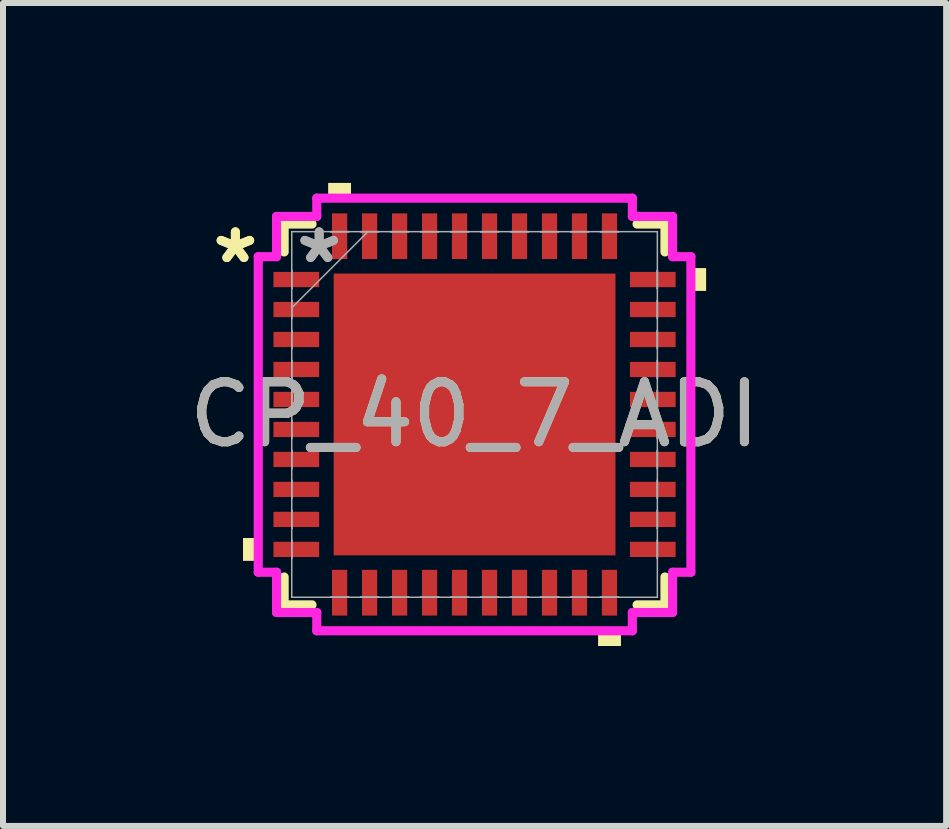
<source format=kicad_pcb>
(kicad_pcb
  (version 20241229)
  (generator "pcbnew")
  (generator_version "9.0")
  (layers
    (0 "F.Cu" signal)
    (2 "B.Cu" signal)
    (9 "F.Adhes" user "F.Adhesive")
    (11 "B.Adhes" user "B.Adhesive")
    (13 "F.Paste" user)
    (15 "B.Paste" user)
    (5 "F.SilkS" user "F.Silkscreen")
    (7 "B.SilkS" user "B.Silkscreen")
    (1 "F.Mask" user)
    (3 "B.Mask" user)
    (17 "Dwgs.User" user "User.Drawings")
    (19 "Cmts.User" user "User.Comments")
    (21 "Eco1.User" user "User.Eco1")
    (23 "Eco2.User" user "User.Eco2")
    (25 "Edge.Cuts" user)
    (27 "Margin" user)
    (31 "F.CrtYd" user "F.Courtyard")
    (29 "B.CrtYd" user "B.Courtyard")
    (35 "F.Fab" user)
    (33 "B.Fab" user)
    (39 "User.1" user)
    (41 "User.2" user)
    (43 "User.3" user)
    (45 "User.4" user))
  (footprint "CP_40_7_ADI"
    (layer "F.Cu")
    (at 4.863 3.861)
    (property "Reference" "CP_40_7_ADI" (at 0 0 0) (unlocked yes) (layer "F.SilkS") (effects (font (size 1 1) (thickness 0.15))))
    (attr smd)
    (fp_line (start -3.175 -3.175) (end -3.175 -2.71) (stroke (width 0.152) (type solid)) (layer "F.SilkS"))
    (fp_line (start -3.175 2.71) (end -3.175 3.175) (stroke (width 0.152) (type solid)) (layer "F.SilkS"))
    (fp_line (start -3.175 3.175) (end -2.71 3.175) (stroke (width 0.152) (type solid)) (layer "F.SilkS"))
    (fp_line (start -2.71 -3.175) (end -3.175 -3.175) (stroke (width 0.152) (type solid)) (layer "F.SilkS"))
    (fp_line (start 2.71 3.175) (end 3.175 3.175) (stroke (width 0.152) (type solid)) (layer "F.SilkS"))
    (fp_line (start 3.175 -3.175) (end 2.71 -3.175) (stroke (width 0.152) (type solid)) (layer "F.SilkS"))
    (fp_line (start 3.175 -2.71) (end 3.175 -3.175) (stroke (width 0.152) (type solid)) (layer "F.SilkS"))
    (fp_line (start 3.175 3.175) (end 3.175 2.71) (stroke (width 0.152) (type solid)) (layer "F.SilkS"))
    (fp_poly (pts (xy -3.861 2.06) (xy -3.861 2.441) (xy -3.607 2.441) (xy -3.607 2.06)) (stroke (width 0) (type solid)) (fill yes) (layer "F.SilkS"))
    (fp_poly (pts (xy -2.441 -3.607) (xy -2.441 -3.861) (xy -2.06 -3.861) (xy -2.06 -3.607)) (stroke (width 0) (type solid)) (fill yes) (layer "F.SilkS"))
    (fp_poly (pts (xy 2.06 3.607) (xy 2.06 3.861) (xy 2.441 3.861) (xy 2.441 3.607)) (stroke (width 0) (type solid)) (fill yes) (layer "F.SilkS"))
    (fp_poly (pts (xy 3.861 -2.441) (xy 3.861 -2.06) (xy 3.607 -2.06) (xy 3.607 -2.441)) (stroke (width 0) (type solid)) (fill yes) (layer "F.SilkS"))
    (fp_poly (pts (xy -2.249 -2.249) (xy -2.249 -0.883) (xy -0.883 -0.883) (xy -0.883 -2.249)) (stroke (width 0) (type solid)) (fill yes) (layer "F.Paste"))
    (fp_poly (pts (xy -2.249 -0.683) (xy -2.249 0.683) (xy -0.883 0.683) (xy -0.883 -0.683)) (stroke (width 0) (type solid)) (fill yes) (layer "F.Paste"))
    (fp_poly (pts (xy -2.249 0.883) (xy -2.249 2.249) (xy -0.883 2.249) (xy -0.883 0.883)) (stroke (width 0) (type solid)) (fill yes) (layer "F.Paste"))
    (fp_poly (pts (xy -0.683 -2.249) (xy -0.683 -0.883) (xy 0.683 -0.883) (xy 0.683 -2.249)) (stroke (width 0) (type solid)) (fill yes) (layer "F.Paste"))
    (fp_poly (pts (xy -0.683 -0.683) (xy -0.683 0.683) (xy 0.683 0.683) (xy 0.683 -0.683)) (stroke (width 0) (type solid)) (fill yes) (layer "F.Paste"))
    (fp_poly (pts (xy -0.683 0.883) (xy -0.683 2.249) (xy 0.683 2.249) (xy 0.683 0.883)) (stroke (width 0) (type solid)) (fill yes) (layer "F.Paste"))
    (fp_poly (pts (xy 0.883 -2.249) (xy 0.883 -0.883) (xy 2.249 -0.883) (xy 2.249 -2.249)) (stroke (width 0) (type solid)) (fill yes) (layer "F.Paste"))
    (fp_poly (pts (xy 0.883 -0.683) (xy 0.883 0.683) (xy 2.249 0.683) (xy 2.249 -0.683)) (stroke (width 0) (type solid)) (fill yes) (layer "F.Paste"))
    (fp_poly (pts (xy 0.883 0.883) (xy 0.883 2.249) (xy 2.249 2.249) (xy 2.249 0.883)) (stroke (width 0) (type solid)) (fill yes) (layer "F.Paste"))
    (fp_line (start -3.607 -2.631) (end -3.302 -2.631) (stroke (width 0.152) (type solid)) (layer "F.CrtYd"))
    (fp_line (start -3.607 2.631) (end -3.607 -2.631) (stroke (width 0.152) (type solid)) (layer "F.CrtYd"))
    (fp_line (start -3.302 -3.302) (end -2.631 -3.302) (stroke (width 0.152) (type solid)) (layer "F.CrtYd"))
    (fp_line (start -3.302 -2.631) (end -3.302 -3.302) (stroke (width 0.152) (type solid)) (layer "F.CrtYd"))
    (fp_line (start -3.302 2.631) (end -3.607 2.631) (stroke (width 0.152) (type solid)) (layer "F.CrtYd"))
    (fp_line (start -3.302 3.302) (end -3.302 2.631) (stroke (width 0.152) (type solid)) (layer "F.CrtYd"))
    (fp_line (start -2.631 -3.607) (end 2.631 -3.607) (stroke (width 0.152) (type solid)) (layer "F.CrtYd"))
    (fp_line (start -2.631 -3.302) (end -2.631 -3.607) (stroke (width 0.152) (type solid)) (layer "F.CrtYd"))
    (fp_line (start -2.631 3.302) (end -3.302 3.302) (stroke (width 0.152) (type solid)) (layer "F.CrtYd"))
    (fp_line (start -2.631 3.607) (end -2.631 3.302) (stroke (width 0.152) (type solid)) (layer "F.CrtYd"))
    (fp_line (start 2.631 -3.607) (end 2.631 -3.302) (stroke (width 0.152) (type solid)) (layer "F.CrtYd"))
    (fp_line (start 2.631 -3.302) (end 3.302 -3.302) (stroke (width 0.152) (type solid)) (layer "F.CrtYd"))
    (fp_line (start 2.631 3.302) (end 2.631 3.607) (stroke (width 0.152) (type solid)) (layer "F.CrtYd"))
    (fp_line (start 2.631 3.607) (end -2.631 3.607) (stroke (width 0.152) (type solid)) (layer "F.CrtYd"))
    (fp_line (start 3.302 -3.302) (end 3.302 -2.631) (stroke (width 0.152) (type solid)) (layer "F.CrtYd"))
    (fp_line (start 3.302 -2.631) (end 3.607 -2.631) (stroke (width 0.152) (type solid)) (layer "F.CrtYd"))
    (fp_line (start 3.302 2.631) (end 3.302 3.302) (stroke (width 0.152) (type solid)) (layer "F.CrtYd"))
    (fp_line (start 3.302 3.302) (end 2.631 3.302) (stroke (width 0.152) (type solid)) (layer "F.CrtYd"))
    (fp_line (start 3.607 -2.631) (end 3.607 2.631) (stroke (width 0.152) (type solid)) (layer "F.CrtYd"))
    (fp_line (start 3.607 2.631) (end 3.302 2.631) (stroke (width 0.152) (type solid)) (layer "F.CrtYd"))
    (fp_line (start -3.048 -3.048) (end -3.048 -3.048) (stroke (width 0.025) (type solid)) (layer "F.Fab"))
    (fp_line (start -3.048 -3.048) (end -3.048 3.048) (stroke (width 0.025) (type solid)) (layer "F.Fab"))
    (fp_line (start -3.048 -2.402) (end -3.048 -2.402) (stroke (width 0.025) (type solid)) (layer "F.Fab"))
    (fp_line (start -3.048 -2.402) (end -3.048 -2.098) (stroke (width 0.025) (type solid)) (layer "F.Fab"))
    (fp_line (start -3.048 -2.098) (end -3.048 -2.402) (stroke (width 0.025) (type solid)) (layer "F.Fab"))
    (fp_line (start -3.048 -2.098) (end -3.048 -2.098) (stroke (width 0.025) (type solid)) (layer "F.Fab"))
    (fp_line (start -3.048 -1.902) (end -3.048 -1.902) (stroke (width 0.025) (type solid)) (layer "F.Fab"))
    (fp_line (start -3.048 -1.902) (end -3.048 -1.598) (stroke (width 0.025) (type solid)) (layer "F.Fab"))
    (fp_line (start -3.048 -1.778) (end -1.778 -3.048) (stroke (width 0.025) (type solid)) (layer "F.Fab"))
    (fp_line (start -3.048 -1.598) (end -3.048 -1.902) (stroke (width 0.025) (type solid)) (layer "F.Fab"))
    (fp_line (start -3.048 -1.598) (end -3.048 -1.598) (stroke (width 0.025) (type solid)) (layer "F.Fab"))
    (fp_line (start -3.048 -1.402) (end -3.048 -1.402) (stroke (width 0.025) (type solid)) (layer "F.Fab"))
    (fp_line (start -3.048 -1.402) (end -3.048 -1.098) (stroke (width 0.025) (type solid)) (layer "F.Fab"))
    (fp_line (start -3.048 -1.098) (end -3.048 -1.402) (stroke (width 0.025) (type solid)) (layer "F.Fab"))
    (fp_line (start -3.048 -1.098) (end -3.048 -1.098) (stroke (width 0.025) (type solid)) (layer "F.Fab"))
    (fp_line (start -3.048 -0.902) (end -3.048 -0.902) (stroke (width 0.025) (type solid)) (layer "F.Fab"))
    (fp_line (start -3.048 -0.902) (end -3.048 -0.598) (stroke (width 0.025) (type solid)) (layer "F.Fab"))
    (fp_line (start -3.048 -0.598) (end -3.048 -0.902) (stroke (width 0.025) (type solid)) (layer "F.Fab"))
    (fp_line (start -3.048 -0.598) (end -3.048 -0.598) (stroke (width 0.025) (type solid)) (layer "F.Fab"))
    (fp_line (start -3.048 -0.402) (end -3.048 -0.402) (stroke (width 0.025) (type solid)) (layer "F.Fab"))
    (fp_line (start -3.048 -0.402) (end -3.048 -0.098) (stroke (width 0.025) (type solid)) (layer "F.Fab"))
    (fp_line (start -3.048 -0.098) (end -3.048 -0.402) (stroke (width 0.025) (type solid)) (layer "F.Fab"))
    (fp_line (start -3.048 -0.098) (end -3.048 -0.098) (stroke (width 0.025) (type solid)) (layer "F.Fab"))
    (fp_line (start -3.048 0.098) (end -3.048 0.098) (stroke (width 0.025) (type solid)) (layer "F.Fab"))
    (fp_line (start -3.048 0.098) (end -3.048 0.402) (stroke (width 0.025) (type solid)) (layer "F.Fab"))
    (fp_line (start -3.048 0.402) (end -3.048 0.098) (stroke (width 0.025) (type solid)) (layer "F.Fab"))
    (fp_line (start -3.048 0.402) (end -3.048 0.402) (stroke (width 0.025) (type solid)) (layer "F.Fab"))
    (fp_line (start -3.048 0.598) (end -3.048 0.598) (stroke (width 0.025) (type solid)) (layer "F.Fab"))
    (fp_line (start -3.048 0.598) (end -3.048 0.902) (stroke (width 0.025) (type solid)) (layer "F.Fab"))
    (fp_line (start -3.048 0.902) (end -3.048 0.598) (stroke (width 0.025) (type solid)) (layer "F.Fab"))
    (fp_line (start -3.048 0.902) (end -3.048 0.902) (stroke (width 0.025) (type solid)) (layer "F.Fab"))
    (fp_line (start -3.048 1.098) (end -3.048 1.098) (stroke (width 0.025) (type solid)) (layer "F.Fab"))
    (fp_line (start -3.048 1.098) (end -3.048 1.402) (stroke (width 0.025) (type solid)) (layer "F.Fab"))
    (fp_line (start -3.048 1.402) (end -3.048 1.098) (stroke (width 0.025) (type solid)) (layer "F.Fab"))
    (fp_line (start -3.048 1.402) (end -3.048 1.402) (stroke (width 0.025) (type solid)) (layer "F.Fab"))
    (fp_line (start -3.048 1.598) (end -3.048 1.598) (stroke (width 0.025) (type solid)) (layer "F.Fab"))
    (fp_line (start -3.048 1.598) (end -3.048 1.902) (stroke (width 0.025) (type solid)) (layer "F.Fab"))
    (fp_line (start -3.048 1.902) (end -3.048 1.598) (stroke (width 0.025) (type solid)) (layer "F.Fab"))
    (fp_line (start -3.048 1.902) (end -3.048 1.902) (stroke (width 0.025) (type solid)) (layer "F.Fab"))
    (fp_line (start -3.048 2.098) (end -3.048 2.098) (stroke (width 0.025) (type solid)) (layer "F.Fab"))
    (fp_line (start -3.048 2.098) (end -3.048 2.402) (stroke (width 0.025) (type solid)) (layer "F.Fab"))
    (fp_line (start -3.048 2.402) (end -3.048 2.098) (stroke (width 0.025) (type solid)) (layer "F.Fab"))
    (fp_line (start -3.048 2.402) (end -3.048 2.402) (stroke (width 0.025) (type solid)) (layer "F.Fab"))
    (fp_line (start -3.048 3.048) (end -3.048 3.048) (stroke (width 0.025) (type solid)) (layer "F.Fab"))
    (fp_line (start -3.048 3.048) (end 3.048 3.048) (stroke (width 0.025) (type solid)) (layer "F.Fab"))
    (fp_line (start -2.402 -3.048) (end -2.402 -3.048) (stroke (width 0.025) (type solid)) (layer "F.Fab"))
    (fp_line (start -2.402 -3.048) (end -2.098 -3.048) (stroke (width 0.025) (type solid)) (layer "F.Fab"))
    (fp_line (start -2.402 3.048) (end -2.402 3.048) (stroke (width 0.025) (type solid)) (layer "F.Fab"))
    (fp_line (start -2.402 3.048) (end -2.098 3.048) (stroke (width 0.025) (type solid)) (layer "F.Fab"))
    (fp_line (start -2.098 -3.048) (end -2.402 -3.048) (stroke (width 0.025) (type solid)) (layer "F.Fab"))
    (fp_line (start -2.098 -3.048) (end -2.098 -3.048) (stroke (width 0.025) (type solid)) (layer "F.Fab"))
    (fp_line (start -2.098 3.048) (end -2.402 3.048) (stroke (width 0.025) (type solid)) (layer "F.Fab"))
    (fp_line (start -2.098 3.048) (end -2.098 3.048) (stroke (width 0.025) (type solid)) (layer "F.Fab"))
    (fp_line (start -1.902 -3.048) (end -1.902 -3.048) (stroke (width 0.025) (type solid)) (layer "F.Fab"))
    (fp_line (start -1.902 -3.048) (end -1.598 -3.048) (stroke (width 0.025) (type solid)) (layer "F.Fab"))
    (fp_line (start -1.902 3.048) (end -1.902 3.048) (stroke (width 0.025) (type solid)) (layer "F.Fab"))
    (fp_line (start -1.902 3.048) (end -1.598 3.048) (stroke (width 0.025) (type solid)) (layer "F.Fab"))
    (fp_line (start -1.598 -3.048) (end -1.902 -3.048) (stroke (width 0.025) (type solid)) (layer "F.Fab"))
    (fp_line (start -1.598 -3.048) (end -1.598 -3.048) (stroke (width 0.025) (type solid)) (layer "F.Fab"))
    (fp_line (start -1.598 3.048) (end -1.902 3.048) (stroke (width 0.025) (type solid)) (layer "F.Fab"))
    (fp_line (start -1.598 3.048) (end -1.598 3.048) (stroke (width 0.025) (type solid)) (layer "F.Fab"))
    (fp_line (start -1.402 -3.048) (end -1.402 -3.048) (stroke (width 0.025) (type solid)) (layer "F.Fab"))
    (fp_line (start -1.402 -3.048) (end -1.098 -3.048) (stroke (width 0.025) (type solid)) (layer "F.Fab"))
    (fp_line (start -1.402 3.048) (end -1.402 3.048) (stroke (width 0.025) (type solid)) (layer "F.Fab"))
    (fp_line (start -1.402 3.048) (end -1.098 3.048) (stroke (width 0.025) (type solid)) (layer "F.Fab"))
    (fp_line (start -1.098 -3.048) (end -1.402 -3.048) (stroke (width 0.025) (type solid)) (layer "F.Fab"))
    (fp_line (start -1.098 -3.048) (end -1.098 -3.048) (stroke (width 0.025) (type solid)) (layer "F.Fab"))
    (fp_line (start -1.098 3.048) (end -1.402 3.048) (stroke (width 0.025) (type solid)) (layer "F.Fab"))
    (fp_line (start -1.098 3.048) (end -1.098 3.048) (stroke (width 0.025) (type solid)) (layer "F.Fab"))
    (fp_line (start -0.902 -3.048) (end -0.902 -3.048) (stroke (width 0.025) (type solid)) (layer "F.Fab"))
    (fp_line (start -0.902 -3.048) (end -0.598 -3.048) (stroke (width 0.025) (type solid)) (layer "F.Fab"))
    (fp_line (start -0.902 3.048) (end -0.902 3.048) (stroke (width 0.025) (type solid)) (layer "F.Fab"))
    (fp_line (start -0.902 3.048) (end -0.598 3.048) (stroke (width 0.025) (type solid)) (layer "F.Fab"))
    (fp_line (start -0.598 -3.048) (end -0.902 -3.048) (stroke (width 0.025) (type solid)) (layer "F.Fab"))
    (fp_line (start -0.598 -3.048) (end -0.598 -3.048) (stroke (width 0.025) (type solid)) (layer "F.Fab"))
    (fp_line (start -0.598 3.048) (end -0.902 3.048) (stroke (width 0.025) (type solid)) (layer "F.Fab"))
    (fp_line (start -0.598 3.048) (end -0.598 3.048) (stroke (width 0.025) (type solid)) (layer "F.Fab"))
    (fp_line (start -0.402 -3.048) (end -0.402 -3.048) (stroke (width 0.025) (type solid)) (layer "F.Fab"))
    (fp_line (start -0.402 -3.048) (end -0.098 -3.048) (stroke (width 0.025) (type solid)) (layer "F.Fab"))
    (fp_line (start -0.402 3.048) (end -0.402 3.048) (stroke (width 0.025) (type solid)) (layer "F.Fab"))
    (fp_line (start -0.402 3.048) (end -0.098 3.048) (stroke (width 0.025) (type solid)) (layer "F.Fab"))
    (fp_line (start -0.098 -3.048) (end -0.402 -3.048) (stroke (width 0.025) (type solid)) (layer "F.Fab"))
    (fp_line (start -0.098 -3.048) (end -0.098 -3.048) (stroke (width 0.025) (type solid)) (layer "F.Fab"))
    (fp_line (start -0.098 3.048) (end -0.402 3.048) (stroke (width 0.025) (type solid)) (layer "F.Fab"))
    (fp_line (start -0.098 3.048) (end -0.098 3.048) (stroke (width 0.025) (type solid)) (layer "F.Fab"))
    (fp_line (start 0.098 -3.048) (end 0.098 -3.048) (stroke (width 0.025) (type solid)) (layer "F.Fab"))
    (fp_line (start 0.098 -3.048) (end 0.402 -3.048) (stroke (width 0.025) (type solid)) (layer "F.Fab"))
    (fp_line (start 0.098 3.048) (end 0.098 3.048) (stroke (width 0.025) (type solid)) (layer "F.Fab"))
    (fp_line (start 0.098 3.048) (end 0.402 3.048) (stroke (width 0.025) (type solid)) (layer "F.Fab"))
    (fp_line (start 0.402 -3.048) (end 0.098 -3.048) (stroke (width 0.025) (type solid)) (layer "F.Fab"))
    (fp_line (start 0.402 -3.048) (end 0.402 -3.048) (stroke (width 0.025) (type solid)) (layer "F.Fab"))
    (fp_line (start 0.402 3.048) (end 0.098 3.048) (stroke (width 0.025) (type solid)) (layer "F.Fab"))
    (fp_line (start 0.402 3.048) (end 0.402 3.048) (stroke (width 0.025) (type solid)) (layer "F.Fab"))
    (fp_line (start 0.598 -3.048) (end 0.598 -3.048) (stroke (width 0.025) (type solid)) (layer "F.Fab"))
    (fp_line (start 0.598 -3.048) (end 0.902 -3.048) (stroke (width 0.025) (type solid)) (layer "F.Fab"))
    (fp_line (start 0.598 3.048) (end 0.598 3.048) (stroke (width 0.025) (type solid)) (layer "F.Fab"))
    (fp_line (start 0.598 3.048) (end 0.902 3.048) (stroke (width 0.025) (type solid)) (layer "F.Fab"))
    (fp_line (start 0.902 -3.048) (end 0.598 -3.048) (stroke (width 0.025) (type solid)) (layer "F.Fab"))
    (fp_line (start 0.902 -3.048) (end 0.902 -3.048) (stroke (width 0.025) (type solid)) (layer "F.Fab"))
    (fp_line (start 0.902 3.048) (end 0.598 3.048) (stroke (width 0.025) (type solid)) (layer "F.Fab"))
    (fp_line (start 0.902 3.048) (end 0.902 3.048) (stroke (width 0.025) (type solid)) (layer "F.Fab"))
    (fp_line (start 1.098 -3.048) (end 1.098 -3.048) (stroke (width 0.025) (type solid)) (layer "F.Fab"))
    (fp_line (start 1.098 -3.048) (end 1.402 -3.048) (stroke (width 0.025) (type solid)) (layer "F.Fab"))
    (fp_line (start 1.098 3.048) (end 1.098 3.048) (stroke (width 0.025) (type solid)) (layer "F.Fab"))
    (fp_line (start 1.098 3.048) (end 1.402 3.048) (stroke (width 0.025) (type solid)) (layer "F.Fab"))
    (fp_line (start 1.402 -3.048) (end 1.098 -3.048) (stroke (width 0.025) (type solid)) (layer "F.Fab"))
    (fp_line (start 1.402 -3.048) (end 1.402 -3.048) (stroke (width 0.025) (type solid)) (layer "F.Fab"))
    (fp_line (start 1.402 3.048) (end 1.098 3.048) (stroke (width 0.025) (type solid)) (layer "F.Fab"))
    (fp_line (start 1.402 3.048) (end 1.402 3.048) (stroke (width 0.025) (type solid)) (layer "F.Fab"))
    (fp_line (start 1.598 -3.048) (end 1.598 -3.048) (stroke (width 0.025) (type solid)) (layer "F.Fab"))
    (fp_line (start 1.598 -3.048) (end 1.902 -3.048) (stroke (width 0.025) (type solid)) (layer "F.Fab"))
    (fp_line (start 1.598 3.048) (end 1.598 3.048) (stroke (width 0.025) (type solid)) (layer "F.Fab"))
    (fp_line (start 1.598 3.048) (end 1.902 3.048) (stroke (width 0.025) (type solid)) (layer "F.Fab"))
    (fp_line (start 1.902 -3.048) (end 1.598 -3.048) (stroke (width 0.025) (type solid)) (layer "F.Fab"))
    (fp_line (start 1.902 -3.048) (end 1.902 -3.048) (stroke (width 0.025) (type solid)) (layer "F.Fab"))
    (fp_line (start 1.902 3.048) (end 1.598 3.048) (stroke (width 0.025) (type solid)) (layer "F.Fab"))
    (fp_line (start 1.902 3.048) (end 1.902 3.048) (stroke (width 0.025) (type solid)) (layer "F.Fab"))
    (fp_line (start 2.098 -3.048) (end 2.098 -3.048) (stroke (width 0.025) (type solid)) (layer "F.Fab"))
    (fp_line (start 2.098 -3.048) (end 2.402 -3.048) (stroke (width 0.025) (type solid)) (layer "F.Fab"))
    (fp_line (start 2.098 3.048) (end 2.098 3.048) (stroke (width 0.025) (type solid)) (layer "F.Fab"))
    (fp_line (start 2.098 3.048) (end 2.402 3.048) (stroke (width 0.025) (type solid)) (layer "F.Fab"))
    (fp_line (start 2.402 -3.048) (end 2.098 -3.048) (stroke (width 0.025) (type solid)) (layer "F.Fab"))
    (fp_line (start 2.402 -3.048) (end 2.402 -3.048) (stroke (width 0.025) (type solid)) (layer "F.Fab"))
    (fp_line (start 2.402 3.048) (end 2.098 3.048) (stroke (width 0.025) (type solid)) (layer "F.Fab"))
    (fp_line (start 2.402 3.048) (end 2.402 3.048) (stroke (width 0.025) (type solid)) (layer "F.Fab"))
    (fp_line (start 3.048 -3.048) (end -3.048 -3.048) (stroke (width 0.025) (type solid)) (layer "F.Fab"))
    (fp_line (start 3.048 -3.048) (end 3.048 -3.048) (stroke (width 0.025) (type solid)) (layer "F.Fab"))
    (fp_line (start 3.048 -2.402) (end 3.048 -2.402) (stroke (width 0.025) (type solid)) (layer "F.Fab"))
    (fp_line (start 3.048 -2.402) (end 3.048 -2.098) (stroke (width 0.025) (type solid)) (layer "F.Fab"))
    (fp_line (start 3.048 -2.098) (end 3.048 -2.402) (stroke (width 0.025) (type solid)) (layer "F.Fab"))
    (fp_line (start 3.048 -2.098) (end 3.048 -2.098) (stroke (width 0.025) (type solid)) (layer "F.Fab"))
    (fp_line (start 3.048 -1.902) (end 3.048 -1.902) (stroke (width 0.025) (type solid)) (layer "F.Fab"))
    (fp_line (start 3.048 -1.902) (end 3.048 -1.598) (stroke (width 0.025) (type solid)) (layer "F.Fab"))
    (fp_line (start 3.048 -1.598) (end 3.048 -1.902) (stroke (width 0.025) (type solid)) (layer "F.Fab"))
    (fp_line (start 3.048 -1.598) (end 3.048 -1.598) (stroke (width 0.025) (type solid)) (layer "F.Fab"))
    (fp_line (start 3.048 -1.402) (end 3.048 -1.402) (stroke (width 0.025) (type solid)) (layer "F.Fab"))
    (fp_line (start 3.048 -1.402) (end 3.048 -1.098) (stroke (width 0.025) (type solid)) (layer "F.Fab"))
    (fp_line (start 3.048 -1.098) (end 3.048 -1.402) (stroke (width 0.025) (type solid)) (layer "F.Fab"))
    (fp_line (start 3.048 -1.098) (end 3.048 -1.098) (stroke (width 0.025) (type solid)) (layer "F.Fab"))
    (fp_line (start 3.048 -0.902) (end 3.048 -0.902) (stroke (width 0.025) (type solid)) (layer "F.Fab"))
    (fp_line (start 3.048 -0.902) (end 3.048 -0.598) (stroke (width 0.025) (type solid)) (layer "F.Fab"))
    (fp_line (start 3.048 -0.598) (end 3.048 -0.902) (stroke (width 0.025) (type solid)) (layer "F.Fab"))
    (fp_line (start 3.048 -0.598) (end 3.048 -0.598) (stroke (width 0.025) (type solid)) (layer "F.Fab"))
    (fp_line (start 3.048 -0.402) (end 3.048 -0.402) (stroke (width 0.025) (type solid)) (layer "F.Fab"))
    (fp_line (start 3.048 -0.402) (end 3.048 -0.098) (stroke (width 0.025) (type solid)) (layer "F.Fab"))
    (fp_line (start 3.048 -0.098) (end 3.048 -0.402) (stroke (width 0.025) (type solid)) (layer "F.Fab"))
    (fp_line (start 3.048 -0.098) (end 3.048 -0.098) (stroke (width 0.025) (type solid)) (layer "F.Fab"))
    (fp_line (start 3.048 0.098) (end 3.048 0.098) (stroke (width 0.025) (type solid)) (layer "F.Fab"))
    (fp_line (start 3.048 0.098) (end 3.048 0.402) (stroke (width 0.025) (type solid)) (layer "F.Fab"))
    (fp_line (start 3.048 0.402) (end 3.048 0.098) (stroke (width 0.025) (type solid)) (layer "F.Fab"))
    (fp_line (start 3.048 0.402) (end 3.048 0.402) (stroke (width 0.025) (type solid)) (layer "F.Fab"))
    (fp_line (start 3.048 0.598) (end 3.048 0.598) (stroke (width 0.025) (type solid)) (layer "F.Fab"))
    (fp_line (start 3.048 0.598) (end 3.048 0.902) (stroke (width 0.025) (type solid)) (layer "F.Fab"))
    (fp_line (start 3.048 0.902) (end 3.048 0.598) (stroke (width 0.025) (type solid)) (layer "F.Fab"))
    (fp_line (start 3.048 0.902) (end 3.048 0.902) (stroke (width 0.025) (type solid)) (layer "F.Fab"))
    (fp_line (start 3.048 1.098) (end 3.048 1.098) (stroke (width 0.025) (type solid)) (layer "F.Fab"))
    (fp_line (start 3.048 1.098) (end 3.048 1.402) (stroke (width 0.025) (type solid)) (layer "F.Fab"))
    (fp_line (start 3.048 1.402) (end 3.048 1.098) (stroke (width 0.025) (type solid)) (layer "F.Fab"))
    (fp_line (start 3.048 1.402) (end 3.048 1.402) (stroke (width 0.025) (type solid)) (layer "F.Fab"))
    (fp_line (start 3.048 1.598) (end 3.048 1.598) (stroke (width 0.025) (type solid)) (layer "F.Fab"))
    (fp_line (start 3.048 1.598) (end 3.048 1.902) (stroke (width 0.025) (type solid)) (layer "F.Fab"))
    (fp_line (start 3.048 1.902) (end 3.048 1.598) (stroke (width 0.025) (type solid)) (layer "F.Fab"))
    (fp_line (start 3.048 1.902) (end 3.048 1.902) (stroke (width 0.025) (type solid)) (layer "F.Fab"))
    (fp_line (start 3.048 2.098) (end 3.048 2.098) (stroke (width 0.025) (type solid)) (layer "F.Fab"))
    (fp_line (start 3.048 2.098) (end 3.048 2.402) (stroke (width 0.025) (type solid)) (layer "F.Fab"))
    (fp_line (start 3.048 2.402) (end 3.048 2.098) (stroke (width 0.025) (type solid)) (layer "F.Fab"))
    (fp_line (start 3.048 2.402) (end 3.048 2.402) (stroke (width 0.025) (type solid)) (layer "F.Fab"))
    (fp_line (start 3.048 3.048) (end 3.048 -3.048) (stroke (width 0.025) (type solid)) (layer "F.Fab"))
    (fp_line (start 3.048 3.048) (end 3.048 3.048) (stroke (width 0.025) (type solid)) (layer "F.Fab"))
    (fp_text user "*" (at -3.988 -2.5 0) (layer "F.SilkS") (effects (font (size 1 1) (thickness 0.15))))
    (fp_text user "*" (at -3.988 -2.5 0) (unlocked yes) (layer "F.SilkS") (effects (font (size 1 1) (thickness 0.15))))
    (fp_text user "*" (at -2.591 -2.5 0) (unlocked yes) (layer "F.Fab") (effects (font (size 1 1) (thickness 0.15))))
    (fp_text user "${REFERENCE}" (at 0 0 0) (unlocked yes) (layer "F.Fab") (effects (font (size 1 1) (thickness 0.15))))
    (fp_text user "*" (at -2.591 -2.5 0) (layer "F.Fab") (effects (font (size 1 1) (thickness 0.15))))
    (pad "1" smd rect (at -2.972 -2.25 90) (size 0.254 0.762) (layers "F.Cu" "F.Mask" "F.Paste"))
    (pad "2" smd rect (at -2.972 -1.75 90) (size 0.254 0.762) (layers "F.Cu" "F.Mask" "F.Paste"))
    (pad "3" smd rect (at -2.972 -1.25 90) (size 0.254 0.762) (layers "F.Cu" "F.Mask" "F.Paste"))
    (pad "4" smd rect (at -2.972 -0.75 90) (size 0.254 0.762) (layers "F.Cu" "F.Mask" "F.Paste"))
    (pad "5" smd rect (at -2.972 -0.25 90) (size 0.254 0.762) (layers "F.Cu" "F.Mask" "F.Paste"))
    (pad "6" smd rect (at -2.972 0.25 90) (size 0.254 0.762) (layers "F.Cu" "F.Mask" "F.Paste"))
    (pad "7" smd rect (at -2.972 0.75 90) (size 0.254 0.762) (layers "F.Cu" "F.Mask" "F.Paste"))
    (pad "8" smd rect (at -2.972 1.25 90) (size 0.254 0.762) (layers "F.Cu" "F.Mask" "F.Paste"))
    (pad "9" smd rect (at -2.972 1.75 90) (size 0.254 0.762) (layers "F.Cu" "F.Mask" "F.Paste"))
    (pad "10" smd rect (at -2.972 2.25 90) (size 0.254 0.762) (layers "F.Cu" "F.Mask" "F.Paste"))
    (pad "11" smd rect (at -2.25 2.972) (size 0.254 0.762) (layers "F.Cu" "F.Mask" "F.Paste"))
    (pad "12" smd rect (at -1.75 2.972) (size 0.254 0.762) (layers "F.Cu" "F.Mask" "F.Paste"))
    (pad "13" smd rect (at -1.25 2.972) (size 0.254 0.762) (layers "F.Cu" "F.Mask" "F.Paste"))
    (pad "14" smd rect (at -0.75 2.972) (size 0.254 0.762) (layers "F.Cu" "F.Mask" "F.Paste"))
    (pad "15" smd rect (at -0.25 2.972) (size 0.254 0.762) (layers "F.Cu" "F.Mask" "F.Paste"))
    (pad "16" smd rect (at 0.25 2.972) (size 0.254 0.762) (layers "F.Cu" "F.Mask" "F.Paste"))
    (pad "17" smd rect (at 0.75 2.972) (size 0.254 0.762) (layers "F.Cu" "F.Mask" "F.Paste"))
    (pad "18" smd rect (at 1.25 2.972) (size 0.254 0.762) (layers "F.Cu" "F.Mask" "F.Paste"))
    (pad "19" smd rect (at 1.75 2.972) (size 0.254 0.762) (layers "F.Cu" "F.Mask" "F.Paste"))
    (pad "20" smd rect (at 2.25 2.972) (size 0.254 0.762) (layers "F.Cu" "F.Mask" "F.Paste"))
    (pad "21" smd rect (at 2.972 2.25 90) (size 0.254 0.762) (layers "F.Cu" "F.Mask" "F.Paste"))
    (pad "22" smd rect (at 2.972 1.75 90) (size 0.254 0.762) (layers "F.Cu" "F.Mask" "F.Paste"))
    (pad "23" smd rect (at 2.972 1.25 90) (size 0.254 0.762) (layers "F.Cu" "F.Mask" "F.Paste"))
    (pad "24" smd rect (at 2.972 0.75 90) (size 0.254 0.762) (layers "F.Cu" "F.Mask" "F.Paste"))
    (pad "25" smd rect (at 2.972 0.25 90) (size 0.254 0.762) (layers "F.Cu" "F.Mask" "F.Paste"))
    (pad "26" smd rect (at 2.972 -0.25 90) (size 0.254 0.762) (layers "F.Cu" "F.Mask" "F.Paste"))
    (pad "27" smd rect (at 2.972 -0.75 90) (size 0.254 0.762) (layers "F.Cu" "F.Mask" "F.Paste"))
    (pad "28" smd rect (at 2.972 -1.25 90) (size 0.254 0.762) (layers "F.Cu" "F.Mask" "F.Paste"))
    (pad "29" smd rect (at 2.972 -1.75 90) (size 0.254 0.762) (layers "F.Cu" "F.Mask" "F.Paste"))
    (pad "30" smd rect (at 2.972 -2.25 90) (size 0.254 0.762) (layers "F.Cu" "F.Mask" "F.Paste"))
    (pad "31" smd rect (at 2.25 -2.972) (size 0.254 0.762) (layers "F.Cu" "F.Mask" "F.Paste"))
    (pad "32" smd rect (at 1.75 -2.972) (size 0.254 0.762) (layers "F.Cu" "F.Mask" "F.Paste"))
    (pad "33" smd rect (at 1.25 -2.972) (size 0.254 0.762) (layers "F.Cu" "F.Mask" "F.Paste"))
    (pad "34" smd rect (at 0.75 -2.972) (size 0.254 0.762) (layers "F.Cu" "F.Mask" "F.Paste"))
    (pad "35" smd rect (at 0.25 -2.972) (size 0.254 0.762) (layers "F.Cu" "F.Mask" "F.Paste"))
    (pad "36" smd rect (at -0.25 -2.972) (size 0.254 0.762) (layers "F.Cu" "F.Mask" "F.Paste"))
    (pad "37" smd rect (at -0.75 -2.972) (size 0.254 0.762) (layers "F.Cu" "F.Mask" "F.Paste"))
    (pad "38" smd rect (at -1.25 -2.972) (size 0.254 0.762) (layers "F.Cu" "F.Mask" "F.Paste"))
    (pad "39" smd rect (at -1.75 -2.972) (size 0.254 0.762) (layers "F.Cu" "F.Mask" "F.Paste"))
    (pad "40" smd rect (at -2.25 -2.972) (size 0.254 0.762) (layers "F.Cu" "F.Mask" "F.Paste"))
    (pad "41" smd rect (at 0 0) (size 4.699 4.699) (layers "F.Cu" "F.Mask")))
  (gr_rect
    (start -3 -3)
    (end 12.726 10.722)
    (stroke (width 0.1) (type default))
    (fill no)
    (layer "Edge.Cuts")))
</source>
